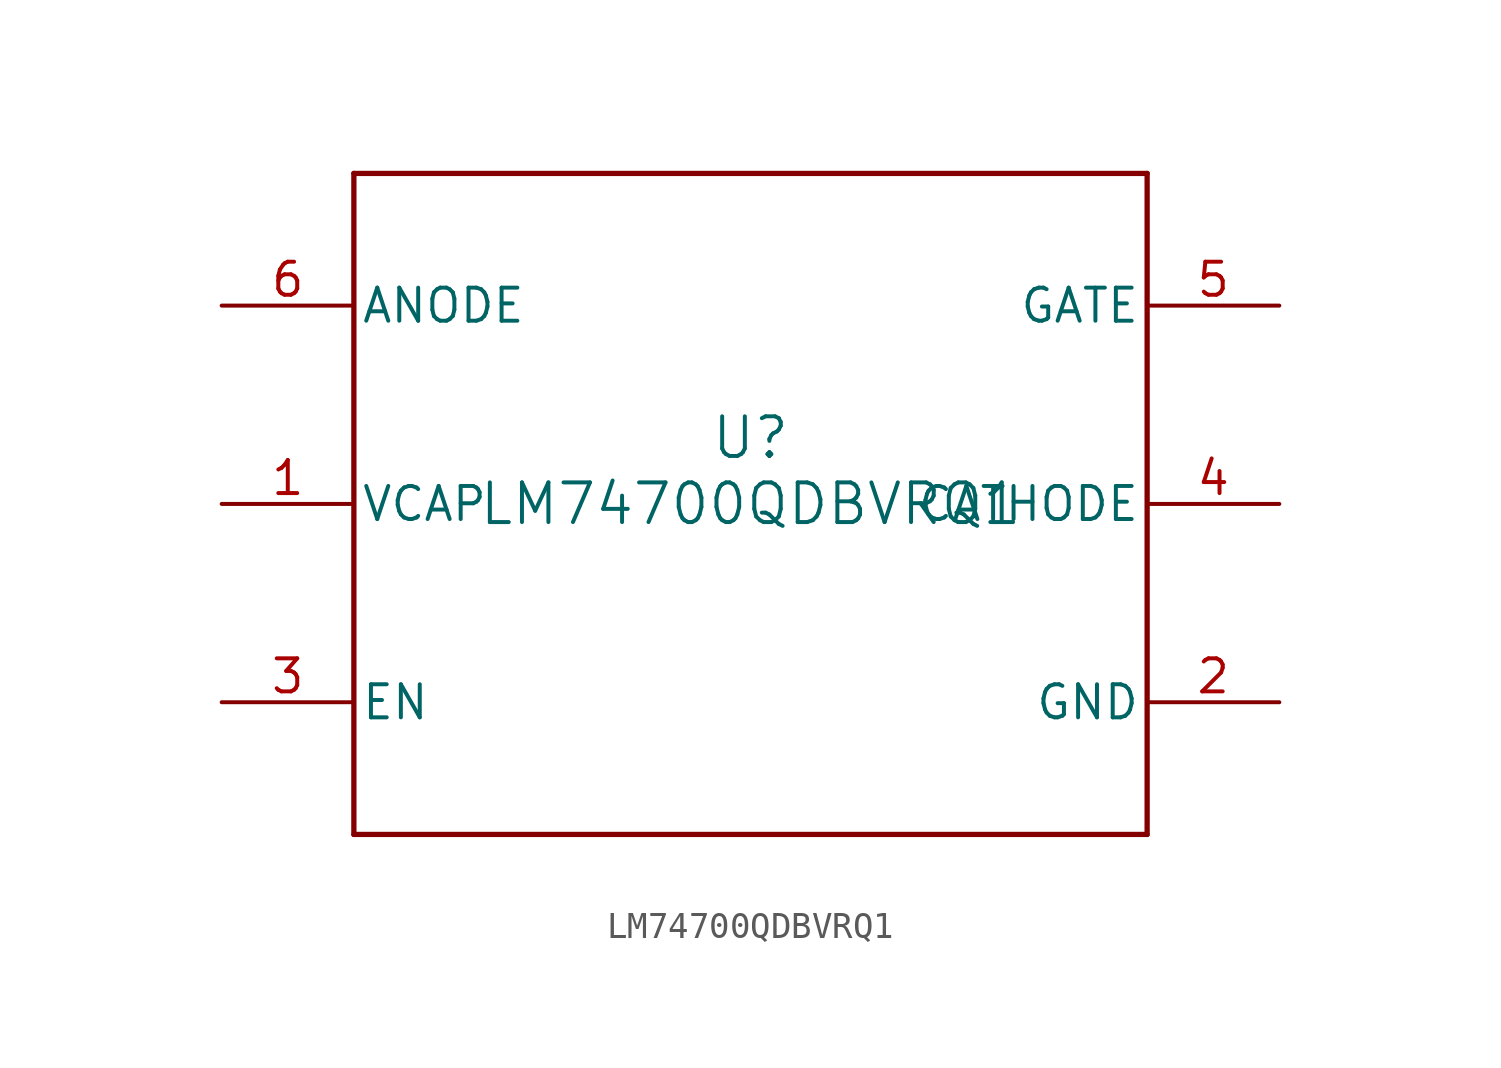
<source format=kicad_sym>
(kicad_symbol_lib
  (version 20241209)
  (generator "kicad_symbol_editor")
  (generator_version "9.0")
  (symbol "LM74700QDBVRQ1"
    (pin_names
      (offset 0.254))
    (property "Reference" "U"
      (at 0 2.54 0)
      (effects (font (size 1.524 1.524))))
    (property "Value" "LM74700QDBVRQ1"
      (at 0 0 0)
      (effects (font (size 1.524 1.524))))
    (property "ki_locked" ""
      (at 0 0 0)
      (effects (font (size 1.27 1.27))))
    (symbol "LM74700QDBVRQ1_0_1"
      (polyline (pts (xy -15.24 12.7) (xy -15.24 -12.7)) (stroke (width 0.203) (type default)) (fill (type none)))
      (polyline (pts (xy -15.24 -12.7) (xy 15.24 -12.7)) (stroke (width 0.203) (type default)) (fill (type none)))
      (polyline (pts (xy 15.24 12.7) (xy -15.24 12.7)) (stroke (width 0.203) (type default)) (fill (type none)))
      (polyline (pts (xy 15.24 -12.7) (xy 15.24 12.7)) (stroke (width 0.203) (type default)) (fill (type none)))
      (pin input line (at -20.32 7.62 0) (length 5.08) (name "ANODE" (effects (font (size 1.27 1.27)))) (number "6" (effects (font (size 1.27 1.27)))))
      (pin power_in line (at -20.32 0 0) (length 5.08) (name "VCAP" (effects (font (size 1.27 1.27)))) (number "1" (effects (font (size 1.27 1.27)))))
      (pin input line (at -20.32 -7.62 0) (length 5.08) (name "EN" (effects (font (size 1.27 1.27)))) (number "3" (effects (font (size 1.27 1.27)))))
      (pin output line (at 20.32 7.62 180) (length 5.08) (name "GATE" (effects (font (size 1.27 1.27)))) (number "5" (effects (font (size 1.27 1.27)))))
      (pin power_in line (at 20.32 0 180) (length 5.08) (name "CATHODE" (effects (font (size 1.27 1.27)))) (number "4" (effects (font (size 1.27 1.27)))))
      (pin unspecified line (at 20.32 -7.62 180) (length 5.08) (name "GND" (effects (font (size 1.27 1.27)))) (number "2" (effects (font (size 1.27 1.27))))))))
</source>
